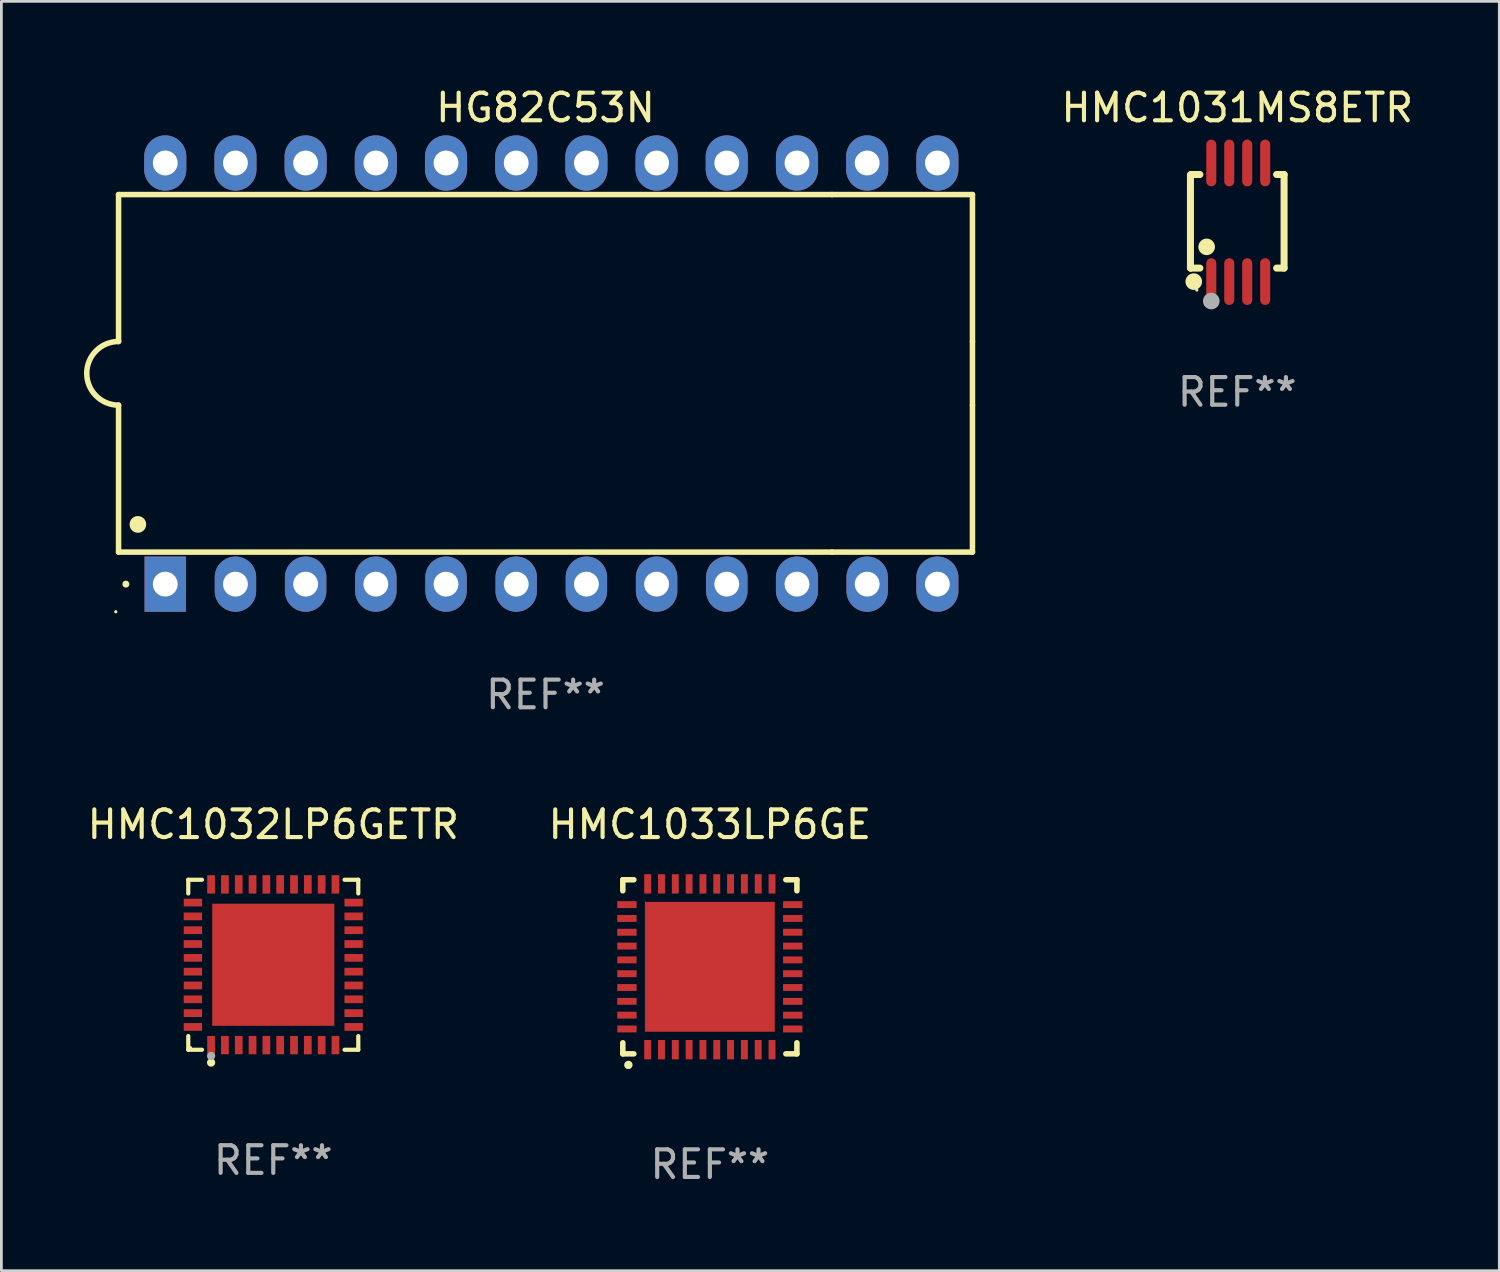
<source format=kicad_pcb>
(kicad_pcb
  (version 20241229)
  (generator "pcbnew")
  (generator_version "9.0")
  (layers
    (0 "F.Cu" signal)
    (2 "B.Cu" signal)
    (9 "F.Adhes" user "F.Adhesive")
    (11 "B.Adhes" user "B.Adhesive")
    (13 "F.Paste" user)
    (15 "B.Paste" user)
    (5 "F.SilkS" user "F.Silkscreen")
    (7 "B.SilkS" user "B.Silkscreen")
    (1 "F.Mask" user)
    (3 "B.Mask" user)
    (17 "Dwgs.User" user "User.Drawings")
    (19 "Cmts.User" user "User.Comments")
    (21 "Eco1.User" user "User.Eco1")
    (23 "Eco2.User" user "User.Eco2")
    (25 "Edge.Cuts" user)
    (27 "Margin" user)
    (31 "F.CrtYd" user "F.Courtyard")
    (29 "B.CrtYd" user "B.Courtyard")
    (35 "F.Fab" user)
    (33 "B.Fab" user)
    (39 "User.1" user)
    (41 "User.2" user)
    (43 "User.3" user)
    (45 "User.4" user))
  (footprint "HMC1033LP6GE"
    (layer "F.Cu")
    (at 22.637 31.935)
    (property "Reference" "HMC1033LP6GE" (at 0 -5.15 0) (layer "F.SilkS") (effects (font (size 1 1) (thickness 0.15))))
    (attr through_hole)
    (fp_line (start -3.15 -3.15) (end -2.75 -3.15) (stroke (width 0.2) (type solid)) (layer "F.SilkS"))
    (fp_line (start -3.15 -2.75) (end -3.15 -3.15) (stroke (width 0.2) (type solid)) (layer "F.SilkS"))
    (fp_line (start -3.15 3.15) (end -3.15 2.75) (stroke (width 0.2) (type solid)) (layer "F.SilkS"))
    (fp_line (start -2.75 3.15) (end -3.15 3.15) (stroke (width 0.2) (type solid)) (layer "F.SilkS"))
    (fp_line (start 3.15 -3.15) (end 2.75 -3.15) (stroke (width 0.2) (type solid)) (layer "F.SilkS"))
    (fp_line (start 3.15 -2.75) (end 3.15 -3.15) (stroke (width 0.2) (type solid)) (layer "F.SilkS"))
    (fp_line (start 3.15 2.75) (end 3.15 3.15) (stroke (width 0.2) (type solid)) (layer "F.SilkS"))
    (fp_line (start 3.15 3.15) (end 2.75 3.15) (stroke (width 0.2) (type solid)) (layer "F.SilkS"))
    (fp_arc (start -2.94892 3.550927) (mid -2.94765 3.550922) (end -2.94638 3.550927) (stroke (width 0.3) (type solid)) (layer "F.SilkS"))
    (fp_text user "REF**" (at 0 7.15 0) (layer "F.Fab") (effects (font (size 1 1) (thickness 0.15))))
    (pad "1" smd rect (at -2.25 3 180) (size 0.25 0.7) (layers "F.Cu" "F.Mask" "F.Paste"))
    (pad "2" smd rect (at -1.75 3 180) (size 0.25 0.7) (layers "F.Cu" "F.Mask" "F.Paste"))
    (pad "3" smd rect (at -1.25 3 180) (size 0.25 0.7) (layers "F.Cu" "F.Mask" "F.Paste"))
    (pad "4" smd rect (at -0.75 3 180) (size 0.25 0.7) (layers "F.Cu" "F.Mask" "F.Paste"))
    (pad "5" smd rect (at -0.25 3 180) (size 0.25 0.7) (layers "F.Cu" "F.Mask" "F.Paste"))
    (pad "6" smd rect (at 0.25 3 180) (size 0.25 0.7) (layers "F.Cu" "F.Mask" "F.Paste"))
    (pad "7" smd rect (at 0.75 3 180) (size 0.25 0.7) (layers "F.Cu" "F.Mask" "F.Paste"))
    (pad "8" smd rect (at 1.25 3 180) (size 0.25 0.7) (layers "F.Cu" "F.Mask" "F.Paste"))
    (pad "9" smd rect (at 1.75 3 180) (size 0.25 0.7) (layers "F.Cu" "F.Mask" "F.Paste"))
    (pad "10" smd rect (at 2.25 3 180) (size 0.25 0.7) (layers "F.Cu" "F.Mask" "F.Paste"))
    (pad "11" smd rect (at 3 2.25 90) (size 0.25 0.7) (layers "F.Cu" "F.Mask" "F.Paste"))
    (pad "12" smd rect (at 3 1.75 90) (size 0.25 0.7) (layers "F.Cu" "F.Mask" "F.Paste"))
    (pad "13" smd rect (at 3 1.25 90) (size 0.25 0.7) (layers "F.Cu" "F.Mask" "F.Paste"))
    (pad "14" smd rect (at 3 0.75 90) (size 0.25 0.7) (layers "F.Cu" "F.Mask" "F.Paste"))
    (pad "15" smd rect (at 3 0.25 90) (size 0.25 0.7) (layers "F.Cu" "F.Mask" "F.Paste"))
    (pad "16" smd rect (at 3 -0.25 90) (size 0.25 0.7) (layers "F.Cu" "F.Mask" "F.Paste"))
    (pad "17" smd rect (at 3 -0.75 90) (size 0.25 0.7) (layers "F.Cu" "F.Mask" "F.Paste"))
    (pad "18" smd rect (at 3 -1.25 90) (size 0.25 0.7) (layers "F.Cu" "F.Mask" "F.Paste"))
    (pad "19" smd rect (at 3 -1.75 90) (size 0.25 0.7) (layers "F.Cu" "F.Mask" "F.Paste"))
    (pad "20" smd rect (at 3 -2.25 90) (size 0.25 0.7) (layers "F.Cu" "F.Mask" "F.Paste"))
    (pad "21" smd rect (at 2.25 -3 180) (size 0.25 0.7) (layers "F.Cu" "F.Mask" "F.Paste"))
    (pad "22" smd rect (at 1.75 -3 180) (size 0.25 0.7) (layers "F.Cu" "F.Mask" "F.Paste"))
    (pad "23" smd rect (at 1.25 -3 180) (size 0.25 0.7) (layers "F.Cu" "F.Mask" "F.Paste"))
    (pad "24" smd rect (at 0.75 -3 180) (size 0.25 0.7) (layers "F.Cu" "F.Mask" "F.Paste"))
    (pad "25" smd rect (at 0.25 -3 180) (size 0.25 0.7) (layers "F.Cu" "F.Mask" "F.Paste"))
    (pad "26" smd rect (at -0.25 -3 180) (size 0.25 0.7) (layers "F.Cu" "F.Mask" "F.Paste"))
    (pad "27" smd rect (at -0.75 -3 180) (size 0.25 0.7) (layers "F.Cu" "F.Mask" "F.Paste"))
    (pad "28" smd rect (at -1.25 -3 180) (size 0.25 0.7) (layers "F.Cu" "F.Mask" "F.Paste"))
    (pad "29" smd rect (at -1.75 -3 180) (size 0.25 0.7) (layers "F.Cu" "F.Mask" "F.Paste"))
    (pad "30" smd rect (at -2.25 -3 180) (size 0.25 0.7) (layers "F.Cu" "F.Mask" "F.Paste"))
    (pad "31" smd rect (at -3 -2.25 90) (size 0.25 0.7) (layers "F.Cu" "F.Mask" "F.Paste"))
    (pad "32" smd rect (at -3 -1.75 90) (size 0.25 0.7) (layers "F.Cu" "F.Mask" "F.Paste"))
    (pad "33" smd rect (at -3 -1.25 90) (size 0.25 0.7) (layers "F.Cu" "F.Mask" "F.Paste"))
    (pad "34" smd rect (at -3 -0.75 90) (size 0.25 0.7) (layers "F.Cu" "F.Mask" "F.Paste"))
    (pad "35" smd rect (at -3 -0.25 90) (size 0.25 0.7) (layers "F.Cu" "F.Mask" "F.Paste"))
    (pad "36" smd rect (at -3 0.25 90) (size 0.25 0.7) (layers "F.Cu" "F.Mask" "F.Paste"))
    (pad "37" smd rect (at -3 0.75 90) (size 0.25 0.7) (layers "F.Cu" "F.Mask" "F.Paste"))
    (pad "38" smd rect (at -3 1.25 90) (size 0.25 0.7) (layers "F.Cu" "F.Mask" "F.Paste"))
    (pad "39" smd rect (at -3 1.75 90) (size 0.25 0.7) (layers "F.Cu" "F.Mask" "F.Paste"))
    (pad "40" smd rect (at -3 2.25 90) (size 0.25 0.7) (layers "F.Cu" "F.Mask" "F.Paste"))
    (pad "41" smd rect (at 0.000102 0.000076 90) (size 4.7 4.7) (layers "F.Cu" "F.Mask" "F.Paste")))
  (footprint "HMC1031MS8ETR"
    (layer "F.Cu")
    (at 41.722 4.994)
    (property "Reference" "HMC1031MS8ETR" (at 0 -4.146 0) (layer "F.SilkS") (effects (font (size 1 1) (thickness 0.15))))
    (attr through_hole)
    (fp_line (start -1.694 -1.724) (end -1.694 1.652) (stroke (width 0.254) (type solid)) (layer "F.SilkS"))
    (fp_line (start -1.694 1.652) (end -1.688 1.658) (stroke (width 0.254) (type solid)) (layer "F.SilkS"))
    (fp_line (start -1.688 1.658) (end -1.353 1.658) (stroke (width 0.254) (type solid)) (layer "F.SilkS"))
    (fp_line (start -1.661 -1.73) (end -1.681 -1.71) (stroke (width 0.254) (type solid)) (layer "F.SilkS"))
    (fp_line (start -1.353 -1.73) (end -1.661 -1.73) (stroke (width 0.254) (type solid)) (layer "F.SilkS"))
    (fp_line (start 1.424 1.658) (end 1.694 1.658) (stroke (width 0.254) (type solid)) (layer "F.SilkS"))
    (fp_line (start 1.694 -1.73) (end 1.424 -1.73) (stroke (width 0.254) (type solid)) (layer "F.SilkS"))
    (fp_line (start 1.694 1.658) (end 1.694 -1.73) (stroke (width 0.254) (type solid)) (layer "F.SilkS"))
    (fp_circle (center -1.574 2.146) (end -1.424 2.146) (stroke (width 0.3) (type solid)) (fill no) (layer "F.SilkS"))
    (fp_circle (center -1.464 2.45) (end -1.434 2.45) (stroke (width 0.06) (type solid)) (fill no) (layer "F.SilkS"))
    (fp_circle (center -1.107 0.889) (end -0.957 0.889) (stroke (width 0.3) (type solid)) (fill no) (layer "F.SilkS"))
    (fp_circle (center -0.94 2.85) (end -0.789 2.85) (stroke (width 0.3) (type solid)) (fill no) (layer "F.Fab"))
    (fp_text user "REF**" (at 0 6.146 0) (layer "F.Fab") (effects (font (size 1 1) (thickness 0.15))))
    (pad "1" smd oval (at -0.94 2.146) (size 0.364 1.692) (layers "F.Cu" "F.Mask" "F.Paste"))
    (pad "2" smd oval (at -0.289 2.146) (size 0.364 1.692) (layers "F.Cu" "F.Mask" "F.Paste"))
    (pad "3" smd oval (at 0.361 2.146) (size 0.364 1.692) (layers "F.Cu" "F.Mask" "F.Paste"))
    (pad "4" smd oval (at 1.011 2.146) (size 0.364 1.692) (layers "F.Cu" "F.Mask" "F.Paste"))
    (pad "5" smd oval (at 1.011 -2.146) (size 0.364 1.692) (layers "F.Cu" "F.Mask" "F.Paste"))
    (pad "6" smd oval (at 0.361 -2.146) (size 0.364 1.692) (layers "F.Cu" "F.Mask" "F.Paste"))
    (pad "7" smd oval (at -0.289 -2.146) (size 0.364 1.692) (layers "F.Cu" "F.Mask" "F.Paste"))
    (pad "8" smd oval (at -0.94 -2.146) (size 0.364 1.692) (layers "F.Cu" "F.Mask" "F.Paste")))
  (footprint "HG82C53N"
    (layer "F.Cu")
    (at 16.69 10.468)
    (property "Reference" "HG82C53N" (at 0 -9.62 0) (layer "F.SilkS") (effects (font (size 1 1) (thickness 0.15))))
    (attr through_hole)
    (fp_line (start -15.45 -6.477) (end 10.37 -6.477) (stroke (width 0.2) (type solid)) (layer "F.SilkS"))
    (fp_line (start -15.45 -1.16) (end -15.45 -6.477) (stroke (width 0.2) (type solid)) (layer "F.SilkS"))
    (fp_line (start -15.45 6.46) (end -15.45 1.143) (stroke (width 0.2) (type solid)) (layer "F.SilkS"))
    (fp_line (start 10.37 -6.477) (end 15.45 -6.477) (stroke (width 0.2) (type solid)) (layer "F.SilkS"))
    (fp_line (start 10.37 6.46) (end -15.45 6.46) (stroke (width 0.2) (type solid)) (layer "F.SilkS"))
    (fp_line (start 15.45 -6.477) (end 15.45 -1.16) (stroke (width 0.2) (type solid)) (layer "F.SilkS"))
    (fp_line (start 15.45 -1.16) (end 15.45 1.143) (stroke (width 0.2) (type solid)) (layer "F.SilkS"))
    (fp_line (start 15.45 1.143) (end 15.45 6.46) (stroke (width 0.2) (type solid)) (layer "F.SilkS"))
    (fp_line (start 15.45 6.46) (end 10.37 6.46) (stroke (width 0.2) (type solid)) (layer "F.SilkS"))
    (fp_arc (start -15.449136 1.142901) (mid -16.590111 -0.008992) (end -15.449137 -1.160885) (stroke (width 0.2) (type solid)) (layer "F.SilkS"))
    (fp_arc (start -15.184976 7.619914) (mid -15.184983 7.618644) (end -15.184976 7.617374) (stroke (width 0.25) (type solid)) (layer "F.SilkS"))
    (fp_arc (start -14.750635 5.460909) (mid -14.750646 5.458369) (end -14.750635 5.455829) (stroke (width 0.6) (type solid)) (layer "F.SilkS"))
    (fp_circle (center -15.55 8.62) (end -15.52 8.62) (stroke (width 0.06) (type solid)) (fill no) (layer "F.SilkS"))
    (fp_text user "REF**" (at 0 11.62 0) (layer "F.Fab") (effects (font (size 1 1) (thickness 0.15))))
    (pad "1" thru_hole rect (at -13.76 7.62 90) (size 2 1.5) (drill 0.9) (layers "*.Cu" "*.Mask"))
    (pad "2" thru_hole oval (at -11.22 7.62 90) (size 2 1.5) (drill 0.9) (layers "*.Cu" "*.Mask"))
    (pad "3" thru_hole oval (at -8.68 7.62 90) (size 2 1.5) (drill 0.9) (layers "*.Cu" "*.Mask"))
    (pad "4" thru_hole oval (at -6.14 7.62 90) (size 2 1.5) (drill 0.9) (layers "*.Cu" "*.Mask"))
    (pad "5" thru_hole oval (at -3.6 7.62 90) (size 2 1.5) (drill 0.9) (layers "*.Cu" "*.Mask"))
    (pad "6" thru_hole oval (at -1.06 7.62 90) (size 2 1.5) (drill 0.9) (layers "*.Cu" "*.Mask"))
    (pad "7" thru_hole oval (at 1.48 7.62 90) (size 2 1.5) (drill 0.9) (layers "*.Cu" "*.Mask"))
    (pad "8" thru_hole oval (at 4.02 7.62 90) (size 2 1.5) (drill 0.9) (layers "*.Cu" "*.Mask"))
    (pad "9" thru_hole oval (at 6.56 7.62 90) (size 2 1.5) (drill 0.9) (layers "*.Cu" "*.Mask"))
    (pad "10" thru_hole oval (at 9.1 7.62 90) (size 2 1.524) (drill 0.9) (layers "*.Cu" "*.Mask"))
    (pad "11" thru_hole oval (at 11.64 7.62 90) (size 2 1.5) (drill 0.9) (layers "*.Cu" "*.Mask"))
    (pad "12" thru_hole oval (at 14.18 7.62 90) (size 2 1.524) (drill 0.9) (layers "*.Cu" "*.Mask"))
    (pad "13" thru_hole oval (at 14.18 -7.62 90) (size 2 1.524) (drill 0.9) (layers "*.Cu" "*.Mask"))
    (pad "14" thru_hole oval (at 11.64 -7.62 90) (size 2 1.524) (drill 0.9) (layers "*.Cu" "*.Mask"))
    (pad "15" thru_hole oval (at 9.1 -7.62 90) (size 2 1.524) (drill 0.9) (layers "*.Cu" "*.Mask"))
    (pad "16" thru_hole oval (at 6.56 -7.62 90) (size 2 1.524) (drill 0.9) (layers "*.Cu" "*.Mask"))
    (pad "17" thru_hole oval (at 4.02 -7.62 90) (size 2 1.524) (drill 0.9) (layers "*.Cu" "*.Mask"))
    (pad "18" thru_hole oval (at 1.48 -7.62 90) (size 2 1.524) (drill 0.9) (layers "*.Cu" "*.Mask"))
    (pad "19" thru_hole oval (at -1.06 -7.62 90) (size 2 1.524) (drill 0.9) (layers "*.Cu" "*.Mask"))
    (pad "20" thru_hole oval (at -3.6 -7.62 90) (size 2 1.524) (drill 0.9) (layers "*.Cu" "*.Mask"))
    (pad "21" thru_hole oval (at -6.14 -7.62 90) (size 2 1.524) (drill 0.9) (layers "*.Cu" "*.Mask"))
    (pad "22" thru_hole oval (at -8.68 -7.62 90) (size 2 1.524) (drill 0.9) (layers "*.Cu" "*.Mask"))
    (pad "23" thru_hole oval (at -11.22 -7.62 90) (size 2 1.524) (drill 0.9) (layers "*.Cu" "*.Mask"))
    (pad "24" thru_hole oval (at -13.76 -7.62 90) (size 2 1.524) (drill 0.9) (layers "*.Cu" "*.Mask")))
  (footprint "HMC1032LP6GETR"
    (layer "F.Cu")
    (at 6.839 31.861)
    (property "Reference" "HMC1032LP6GETR" (at 0 -5.076 0) (layer "F.SilkS") (effects (font (size 1 1) (thickness 0.15))))
    (attr through_hole)
    (fp_line (start -3.076 -3.076) (end -2.58 -3.076) (stroke (width 0.152) (type solid)) (layer "F.SilkS"))
    (fp_line (start -3.076 -2.58) (end -3.076 -3.076) (stroke (width 0.152) (type solid)) (layer "F.SilkS"))
    (fp_line (start -3.076 2.58) (end -3.076 3.076) (stroke (width 0.152) (type solid)) (layer "F.SilkS"))
    (fp_line (start -3.076 3.076) (end -2.58 3.076) (stroke (width 0.152) (type solid)) (layer "F.SilkS"))
    (fp_line (start 3.076 -3.076) (end 2.58 -3.076) (stroke (width 0.152) (type solid)) (layer "F.SilkS"))
    (fp_line (start 3.076 -2.58) (end 3.076 -3.076) (stroke (width 0.152) (type solid)) (layer "F.SilkS"))
    (fp_line (start 3.076 2.58) (end 3.076 3.076) (stroke (width 0.152) (type solid)) (layer "F.SilkS"))
    (fp_line (start 3.076 3.076) (end 2.58 3.076) (stroke (width 0.152) (type solid)) (layer "F.SilkS"))
    (fp_circle (center -3 3) (end -2.97 3) (stroke (width 0.06) (type solid)) (fill no) (layer "F.SilkS"))
    (fp_circle (center -2.25 3.54) (end -2.175 3.54) (stroke (width 0.15) (type solid)) (fill no) (layer "F.SilkS"))
    (fp_circle (center -2.25 3.3) (end -2.175 3.3) (stroke (width 0.15) (type solid)) (fill no) (layer "F.Fab"))
    (fp_text user "REF**" (at 0 7.076 0) (layer "F.Fab") (effects (font (size 1 1) (thickness 0.15))))
    (pad "1" smd rect (at -2.25 2.908) (size 0.28 0.665) (layers "F.Cu" "F.Mask" "F.Paste"))
    (pad "2" smd rect (at -1.75 2.908) (size 0.28 0.665) (layers "F.Cu" "F.Mask" "F.Paste"))
    (pad "3" smd rect (at -1.25 2.908) (size 0.28 0.665) (layers "F.Cu" "F.Mask" "F.Paste"))
    (pad "4" smd rect (at -0.75 2.908) (size 0.28 0.665) (layers "F.Cu" "F.Mask" "F.Paste"))
    (pad "5" smd rect (at -0.25 2.908) (size 0.28 0.665) (layers "F.Cu" "F.Mask" "F.Paste"))
    (pad "6" smd rect (at 0.25 2.908) (size 0.28 0.665) (layers "F.Cu" "F.Mask" "F.Paste"))
    (pad "7" smd rect (at 0.75 2.908) (size 0.28 0.665) (layers "F.Cu" "F.Mask" "F.Paste"))
    (pad "8" smd rect (at 1.25 2.908) (size 0.28 0.665) (layers "F.Cu" "F.Mask" "F.Paste"))
    (pad "9" smd rect (at 1.75 2.908) (size 0.28 0.665) (layers "F.Cu" "F.Mask" "F.Paste"))
    (pad "10" smd rect (at 2.25 2.908) (size 0.28 0.665) (layers "F.Cu" "F.Mask" "F.Paste"))
    (pad "11" smd rect (at 2.908 2.25) (size 0.665 0.28) (layers "F.Cu" "F.Mask" "F.Paste"))
    (pad "12" smd rect (at 2.908 1.75) (size 0.665 0.28) (layers "F.Cu" "F.Mask" "F.Paste"))
    (pad "13" smd rect (at 2.908 1.25) (size 0.665 0.28) (layers "F.Cu" "F.Mask" "F.Paste"))
    (pad "14" smd rect (at 2.908 0.75) (size 0.665 0.28) (layers "F.Cu" "F.Mask" "F.Paste"))
    (pad "15" smd rect (at 2.908 0.25) (size 0.665 0.28) (layers "F.Cu" "F.Mask" "F.Paste"))
    (pad "16" smd rect (at 2.908 -0.25) (size 0.665 0.28) (layers "F.Cu" "F.Mask" "F.Paste"))
    (pad "17" smd rect (at 2.908 -0.75) (size 0.665 0.28) (layers "F.Cu" "F.Mask" "F.Paste"))
    (pad "18" smd rect (at 2.908 -1.25) (size 0.665 0.28) (layers "F.Cu" "F.Mask" "F.Paste"))
    (pad "19" smd rect (at 2.908 -1.75) (size 0.665 0.28) (layers "F.Cu" "F.Mask" "F.Paste"))
    (pad "20" smd rect (at 2.908 -2.25) (size 0.665 0.28) (layers "F.Cu" "F.Mask" "F.Paste"))
    (pad "21" smd rect (at 2.25 -2.908) (size 0.28 0.665) (layers "F.Cu" "F.Mask" "F.Paste"))
    (pad "22" smd rect (at 1.75 -2.908) (size 0.28 0.665) (layers "F.Cu" "F.Mask" "F.Paste"))
    (pad "23" smd rect (at 1.25 -2.908) (size 0.28 0.665) (layers "F.Cu" "F.Mask" "F.Paste"))
    (pad "24" smd rect (at 0.75 -2.908) (size 0.28 0.665) (layers "F.Cu" "F.Mask" "F.Paste"))
    (pad "25" smd rect (at 0.25 -2.908) (size 0.28 0.665) (layers "F.Cu" "F.Mask" "F.Paste"))
    (pad "26" smd rect (at -0.25 -2.908) (size 0.28 0.665) (layers "F.Cu" "F.Mask" "F.Paste"))
    (pad "27" smd rect (at -0.75 -2.908) (size 0.28 0.665) (layers "F.Cu" "F.Mask" "F.Paste"))
    (pad "28" smd rect (at -1.25 -2.908) (size 0.28 0.665) (layers "F.Cu" "F.Mask" "F.Paste"))
    (pad "29" smd rect (at -1.75 -2.908) (size 0.28 0.665) (layers "F.Cu" "F.Mask" "F.Paste"))
    (pad "30" smd rect (at -2.25 -2.908) (size 0.28 0.665) (layers "F.Cu" "F.Mask" "F.Paste"))
    (pad "31" smd rect (at -2.908 -2.25) (size 0.665 0.28) (layers "F.Cu" "F.Mask" "F.Paste"))
    (pad "32" smd rect (at -2.908 -1.75) (size 0.665 0.28) (layers "F.Cu" "F.Mask" "F.Paste"))
    (pad "33" smd rect (at -2.908 -1.25) (size 0.665 0.28) (layers "F.Cu" "F.Mask" "F.Paste"))
    (pad "34" smd rect (at -2.908 -0.75) (size 0.665 0.28) (layers "F.Cu" "F.Mask" "F.Paste"))
    (pad "35" smd rect (at -2.908 -0.25) (size 0.665 0.28) (layers "F.Cu" "F.Mask" "F.Paste"))
    (pad "36" smd rect (at -2.908 0.25) (size 0.665 0.28) (layers "F.Cu" "F.Mask" "F.Paste"))
    (pad "37" smd rect (at -2.908 0.75) (size 0.665 0.28) (layers "F.Cu" "F.Mask" "F.Paste"))
    (pad "38" smd rect (at -2.908 1.25) (size 0.665 0.28) (layers "F.Cu" "F.Mask" "F.Paste"))
    (pad "39" smd rect (at -2.908 1.75) (size 0.665 0.28) (layers "F.Cu" "F.Mask" "F.Paste"))
    (pad "40" smd rect (at -2.908 2.25) (size 0.665 0.28) (layers "F.Cu" "F.Mask" "F.Paste"))
    (pad "41" smd rect (at 0 0) (size 4.42 4.42) (layers "F.Cu" "F.Mask" "F.Paste")))
  (gr_rect
    (start -3 -3)
    (end 51.204 42.933)
    (stroke (width 0.1) (type default))
    (fill no)
    (layer "Edge.Cuts")))
</source>
